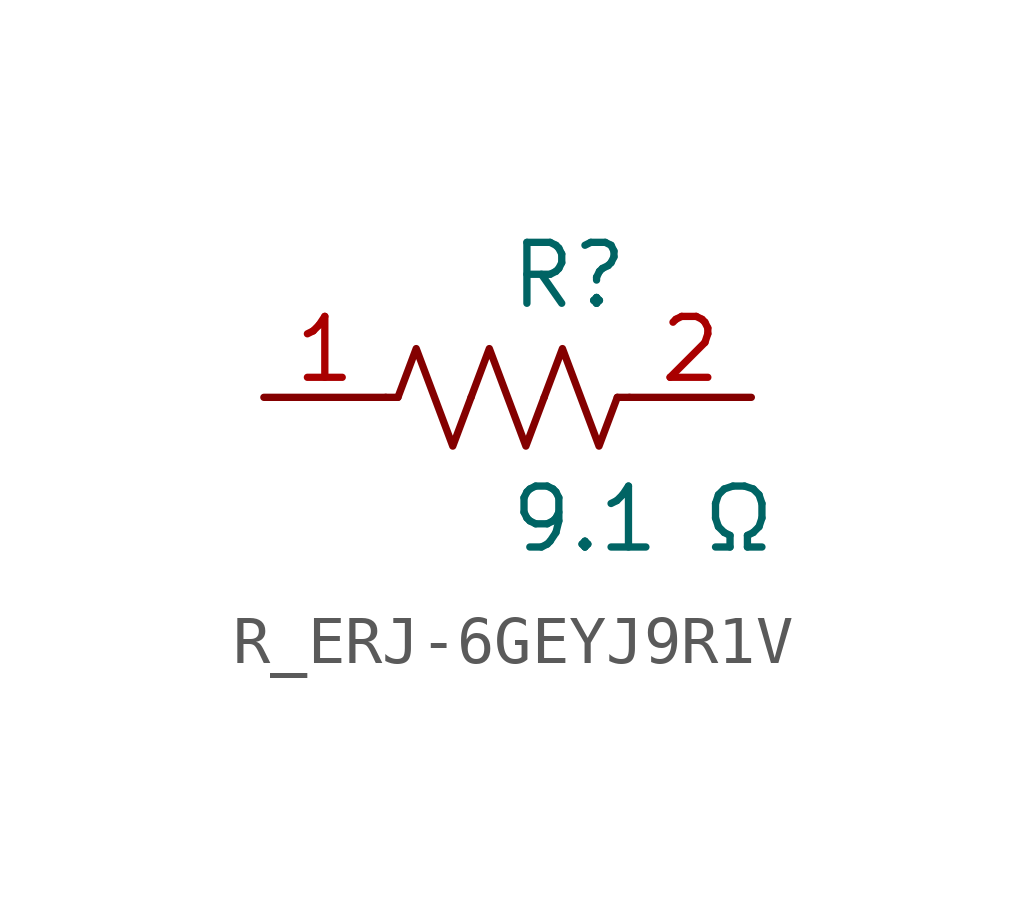
<source format=kicad_sym>
(kicad_symbol_lib
  (version 20231120)
  (generator kicad_symbol_editor)
  (generator_version 8.0)
  (symbol "R_ERJ-6GEYJ9R1V"
    (pin_names
      (offset 0.254))
    (property "Reference" "R"
      (at 0 2.54 0)
      (effects (font (size 1.27 1.27)) (justify left)))
    (property "Value" "9.1 Ω"
      (at 0 -2.54 0)
      (effects (font (size 1.27 1.27)) (justify left)))
    (symbol "R_ERJ-6GEYJ9R1V_0_1"
      (polyline (pts (xy 2.286 0) (xy 2.54 0)) (stroke (width 0) (type default)) (fill (type none)))
      (polyline (pts (xy -2.286 0) (xy -2.54 0)) (stroke (width 0) (type default)) (fill (type none)))
      (polyline (pts (xy 0.762 0) (xy 1.143 1.016) (xy 1.524 0) (xy 1.905 -1.016) (xy 2.286 0)) (stroke (width 0) (type default)) (fill (type none)))
      (polyline (pts (xy -0.762 0) (xy -0.381 1.016) (xy 0 0) (xy 0.381 -1.016) (xy 0.762 0)) (stroke (width 0) (type default)) (fill (type none)))
      (polyline (pts (xy -2.286 0) (xy -1.905 1.016) (xy -1.524 0) (xy -1.143 -1.016) (xy -0.762 0)) (stroke (width 0) (type default)) (fill (type none))))
    (pin passive line
      (at -5.08 0 0)
      (length 2.54)
      (name "" (effects (font (size 1.27 1.27))))
      (number "1" (effects (font (size 1.27 1.27)))))
    (pin passive line
      (at 5.08 0 180)
      (length 2.54)
      (name "" (effects (font (size 1.27 1.27))))
      (number "2" (effects (font (size 1.27 1.27)))))))
</source>
